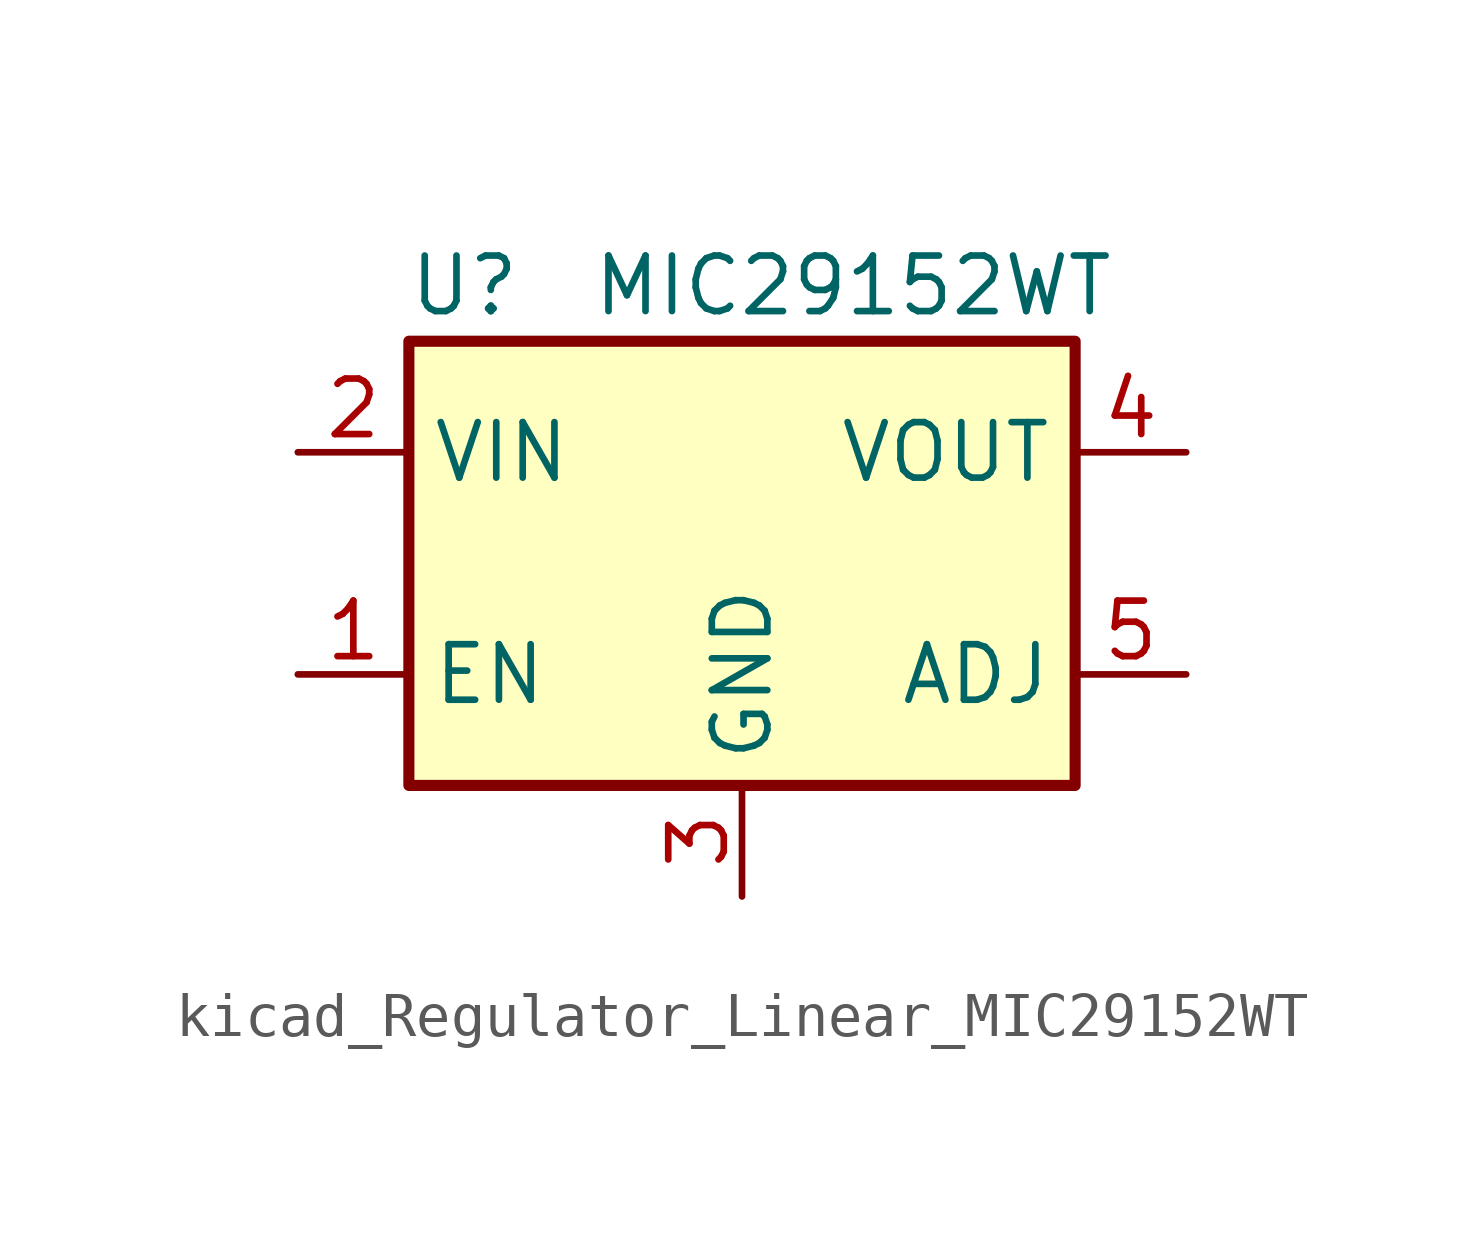
<source format=kicad_sym>
(kicad_symbol_lib
  (version 20220914)
  (generator kicad_symbol_editor)
  (symbol "kicad_Regulator_Linear_MIC29152WT"
    (property "Reference" "U"
      (at -6.35 6.35 0)
      (effects (font (size 1.27 1.27))))
    (property "Value" "MIC29152WT"
      (at 2.54 6.35 0)
      (effects (font (size 1.27 1.27))))
    (symbol "kicad_Regulator_Linear_MIC29152WT_1_1"
      (rectangle (start -7.62 5.08) (end 7.62 -5.08) (stroke (width 0.254) (type default)) (fill (type background)))
      (pin input line (at -10.16 -2.54 0) (length 2.54) (name "EN" (effects (font (size 1.27 1.27)))) (number "1" (effects (font (size 1.27 1.27)))))
      (pin power_in line (at -10.16 2.54 0) (length 2.54) (name "VIN" (effects (font (size 1.27 1.27)))) (number "2" (effects (font (size 1.27 1.27)))))
      (pin power_in line (at 0 -7.62 90) (length 2.54) (name "GND" (effects (font (size 1.27 1.27)))) (number "3" (effects (font (size 1.27 1.27)))))
      (pin power_out line (at 10.16 2.54 180) (length 2.54) (name "VOUT" (effects (font (size 1.27 1.27)))) (number "4" (effects (font (size 1.27 1.27)))))
      (pin input line (at 10.16 -2.54 180) (length 2.54) (name "ADJ" (effects (font (size 1.27 1.27)))) (number "5" (effects (font (size 1.27 1.27))))))))
</source>
